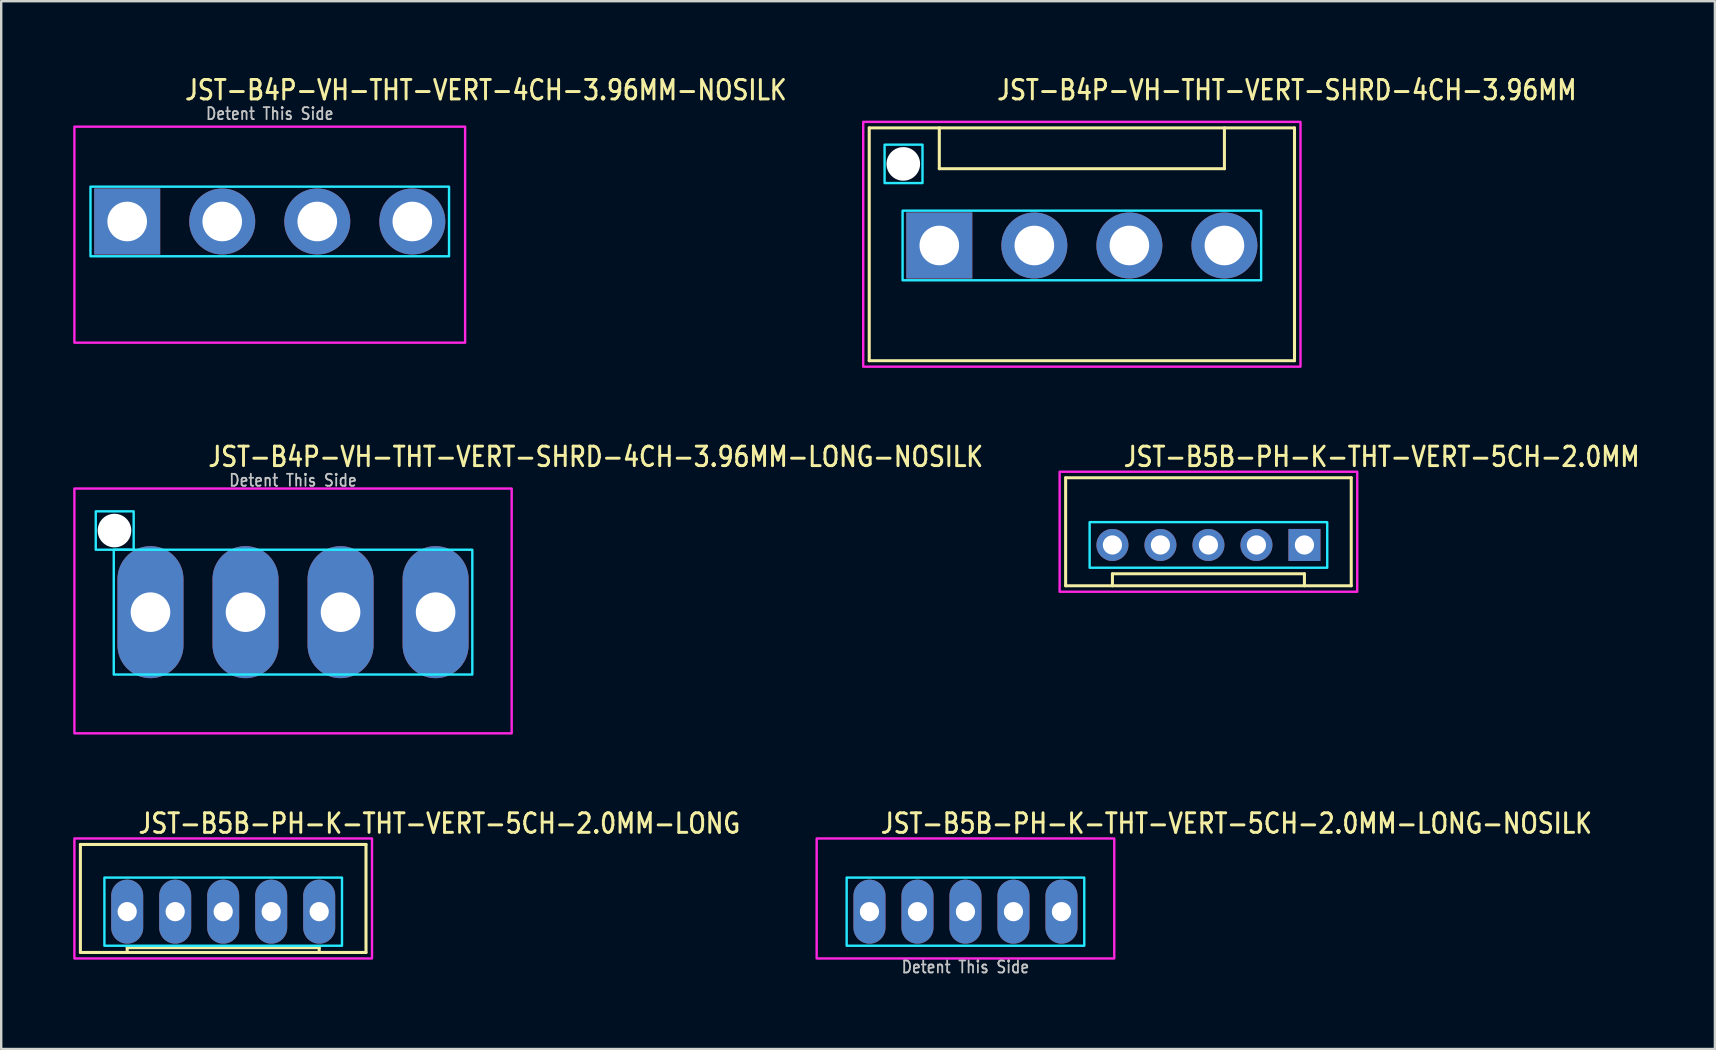
<source format=kicad_pcb>
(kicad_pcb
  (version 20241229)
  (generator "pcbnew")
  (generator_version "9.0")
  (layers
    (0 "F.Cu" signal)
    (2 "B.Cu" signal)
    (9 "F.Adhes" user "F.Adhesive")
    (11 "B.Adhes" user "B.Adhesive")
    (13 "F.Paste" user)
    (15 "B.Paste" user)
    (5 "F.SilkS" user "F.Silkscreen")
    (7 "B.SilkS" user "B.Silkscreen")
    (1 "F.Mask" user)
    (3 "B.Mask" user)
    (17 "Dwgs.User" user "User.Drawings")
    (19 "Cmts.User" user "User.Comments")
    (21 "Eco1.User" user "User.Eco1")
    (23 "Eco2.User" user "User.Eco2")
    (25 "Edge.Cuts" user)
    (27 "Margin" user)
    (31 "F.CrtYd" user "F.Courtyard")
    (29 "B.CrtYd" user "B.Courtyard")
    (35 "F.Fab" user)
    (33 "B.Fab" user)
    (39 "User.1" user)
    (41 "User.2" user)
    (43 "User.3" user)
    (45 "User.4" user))
  (footprint "JST-B4P-VH-THT-VERT-4CH-3.96MM-NOSILK"
    (layer "F.Cu")
    (at 8.19 6.179)
    (property "Reference" "JST-B4P-VH-THT-VERT-4CH-3.96MM-NOSILK" (at -3.6 -5 0) (unlocked yes) (layer "F.SilkS") (effects (font (size 0.813 0.695) (thickness 0.122)) (justify left bottom)))
    (fp_poly (pts (xy -7.47 -1.45) (xy -7.47 1.45) (xy 7.47 1.45) (xy 7.47 -1.45)) (stroke (width 0.1) (type solid)) (fill no) (layer "B.CrtYd"))
    (fp_poly (pts (xy -8.14 -3.95) (xy -8.14 5.05) (xy 8.14 5.05) (xy 8.14 -3.95)) (stroke (width 0.1) (type solid)) (fill no) (layer "F.CrtYd"))
    (fp_text user "Detent This Side" (at 0 -4.2 0) (unlocked yes) (layer "Dwgs.User") (effects (font (size 0.5 0.427) (thickness 0.075)) (justify bottom)))
    (pad "1" thru_hole rect (at -5.94 0) (size 2.75 2.75) (drill 1.65) (layers "*.Cu" "*.Mask"))
    (pad "2" thru_hole oval (at -1.98 0) (size 2.75 2.75) (drill 1.65) (layers "*.Cu" "*.Mask"))
    (pad "3" thru_hole oval (at 1.98 0) (size 2.75 2.75) (drill 1.65) (layers "*.Cu" "*.Mask"))
    (pad "4" thru_hole oval (at 5.94 0) (size 2.75 2.75) (drill 1.65) (layers "*.Cu" "*.Mask")))
  (footprint "JST-B5B-PH-K-THT-VERT-5CH-2.0MM"
    (layer "F.Cu")
    (at 47.302 19.657)
    (property "Reference" "JST-B5B-PH-K-THT-VERT-5CH-2.0MM" (at -3.6 -3.2 0) (unlocked yes) (layer "F.SilkS") (effects (font (size 0.813 0.695) (thickness 0.122)) (justify left bottom)))
    (fp_line (start -5.95 -2.8) (end -5.95 1.7) (stroke (width 0.127) (type solid)) (layer "F.SilkS"))
    (fp_line (start -5.95 -2.8) (end 5.95 -2.8) (stroke (width 0.127) (type solid)) (layer "F.SilkS"))
    (fp_line (start -5.95 1.7) (end 5.95 1.7) (stroke (width 0.127) (type solid)) (layer "F.SilkS"))
    (fp_line (start -4 1.7) (end -4 1.2) (stroke (width 0.127) (type solid)) (layer "F.SilkS"))
    (fp_line (start 4 1.2) (end -4 1.2) (stroke (width 0.127) (type solid)) (layer "F.SilkS"))
    (fp_line (start 4 1.7) (end 4 1.2) (stroke (width 0.127) (type solid)) (layer "F.SilkS"))
    (fp_line (start 5.95 1.7) (end 5.95 -2.8) (stroke (width 0.127) (type solid)) (layer "F.SilkS"))
    (fp_poly (pts (xy -4.95 -0.95) (xy -4.95 0.95) (xy 4.95 0.95) (xy 4.95 -0.95)) (stroke (width 0.1) (type solid)) (fill no) (layer "B.CrtYd"))
    (fp_poly (pts (xy -6.2 1.95) (xy -6.2 -3.05) (xy 6.2 -3.05) (xy 6.2 1.95)) (stroke (width 0.1) (type solid)) (fill no) (layer "F.CrtYd"))
    (pad "1" thru_hole rect (at 4 0) (size 1.333 1.333) (drill 0.8) (layers "*.Cu" "*.Mask"))
    (pad "2" thru_hole oval (at 2 0) (size 1.333 1.333) (drill 0.8) (layers "*.Cu" "*.Mask"))
    (pad "3" thru_hole oval (at 0 0) (size 1.333 1.333) (drill 0.8) (layers "*.Cu" "*.Mask"))
    (pad "4" thru_hole oval (at -2 0) (size 1.333 1.333) (drill 0.8) (layers "*.Cu" "*.Mask"))
    (pad "5" thru_hole oval (at -4 0) (size 1.333 1.333) (drill 0.8) (layers "*.Cu" "*.Mask")))
  (footprint "JST-B5B-PH-K-THT-VERT-5CH-2.0MM-LONG"
    (layer "F.Cu")
    (at 6.25 34.936)
    (property "Reference" "JST-B5B-PH-K-THT-VERT-5CH-2.0MM-LONG" (at -3.6 -3.2 0) (unlocked yes) (layer "F.SilkS") (effects (font (size 0.813 0.695) (thickness 0.122)) (justify left bottom)))
    (fp_line (start -5.95 -2.8) (end -5.95 1.7) (stroke (width 0.127) (type solid)) (layer "F.SilkS"))
    (fp_line (start -5.95 -2.8) (end 5.95 -2.8) (stroke (width 0.127) (type solid)) (layer "F.SilkS"))
    (fp_line (start -5.95 1.7) (end 5.95 1.7) (stroke (width 0.127) (type solid)) (layer "F.SilkS"))
    (fp_line (start -4 1.7) (end -4 1.5) (stroke (width 0.127) (type solid)) (layer "F.SilkS"))
    (fp_line (start 4 1.5) (end -4 1.5) (stroke (width 0.127) (type solid)) (layer "F.SilkS"))
    (fp_line (start 4 1.7) (end 4 1.5) (stroke (width 0.127) (type solid)) (layer "F.SilkS"))
    (fp_line (start 5.95 1.7) (end 5.95 -2.8) (stroke (width 0.127) (type solid)) (layer "F.SilkS"))
    (fp_poly (pts (xy -4.95 -1.42) (xy -4.95 1.42) (xy 4.95 1.42) (xy 4.95 -1.42)) (stroke (width 0.1) (type solid)) (fill no) (layer "B.CrtYd"))
    (fp_poly (pts (xy -6.2 1.95) (xy -6.2 -3.05) (xy 6.2 -3.05) (xy 6.2 1.95)) (stroke (width 0.1) (type solid)) (fill no) (layer "F.CrtYd"))
    (pad "1" thru_hole oval (at 4 0 90) (size 2.667 1.333) (drill 0.8) (layers "*.Cu" "*.Mask"))
    (pad "2" thru_hole oval (at 2 0 90) (size 2.667 1.333) (drill 0.8) (layers "*.Cu" "*.Mask"))
    (pad "3" thru_hole oval (at 0 0 90) (size 2.667 1.333) (drill 0.8) (layers "*.Cu" "*.Mask"))
    (pad "4" thru_hole oval (at -2 0 90) (size 2.667 1.333) (drill 0.8) (layers "*.Cu" "*.Mask"))
    (pad "5" thru_hole oval (at -4 0 90) (size 2.667 1.333) (drill 0.8) (layers "*.Cu" "*.Mask")))
  (footprint "JST-B4P-VH-THT-VERT-SHRD-4CH-3.96MM-LONG-NOSILK"
    (layer "F.Cu")
    (at 9.16 22.457)
    (property "Reference" "JST-B4P-VH-THT-VERT-SHRD-4CH-3.96MM-LONG-NOSILK" (at -3.6 -6 0) (unlocked yes) (layer "F.SilkS") (effects (font (size 0.813 0.695) (thickness 0.122)) (justify left bottom)))
    (fp_poly (pts (xy -7.47 -2.6) (xy -7.47 2.6) (xy 7.47 2.6) (xy 7.47 -2.6)) (stroke (width 0.1) (type solid)) (fill no) (layer "B.CrtYd"))
    (fp_poly (pts (xy -6.64 -4.2) (xy -6.64 -2.6) (xy -8.22 -2.6) (xy -8.22 -4.2)) (stroke (width 0.1) (type solid)) (fill no) (layer "B.CrtYd"))
    (fp_poly (pts (xy -9.11 -5.15) (xy -9.11 5.05) (xy 9.11 5.05) (xy 9.11 -5.15)) (stroke (width 0.1) (type solid)) (fill no) (layer "F.CrtYd"))
    (fp_text user "Detent This Side" (at 0 -5.2 0) (unlocked yes) (layer "Dwgs.User") (effects (font (size 0.5 0.427) (thickness 0.075)) (justify bottom)))
    (pad "" np_thru_hole circle (at -7.44 -3.4) (size 1.4 1.4) (drill 1.4) (layers "*.Cu" "*.Mask"))
    (pad "1" thru_hole oval (at -5.94 0 90) (size 5.5 2.75) (drill 1.65) (layers "*.Cu" "*.Mask"))
    (pad "2" thru_hole oval (at -1.98 0 90) (size 5.5 2.75) (drill 1.65) (layers "*.Cu" "*.Mask"))
    (pad "3" thru_hole oval (at 1.98 0 90) (size 5.5 2.75) (drill 1.65) (layers "*.Cu" "*.Mask"))
    (pad "4" thru_hole oval (at 5.94 0 90) (size 5.5 2.75) (drill 1.65) (layers "*.Cu" "*.Mask")))
  (footprint "JST-B5B-PH-K-THT-VERT-5CH-2.0MM-LONG-NOSILK"
    (layer "F.Cu")
    (at 37.178 34.936)
    (property "Reference" "JST-B5B-PH-K-THT-VERT-5CH-2.0MM-LONG-NOSILK" (at -3.6 -3.2 0) (unlocked yes) (layer "F.SilkS") (effects (font (size 0.813 0.695) (thickness 0.122)) (justify left bottom)))
    (fp_poly (pts (xy -4.95 -1.42) (xy -4.95 1.42) (xy 4.95 1.42) (xy 4.95 -1.42)) (stroke (width 0.1) (type solid)) (fill no) (layer "B.CrtYd"))
    (fp_poly (pts (xy -6.2 1.95) (xy -6.2 -3.05) (xy 6.2 -3.05) (xy 6.2 1.95)) (stroke (width 0.1) (type solid)) (fill no) (layer "F.CrtYd"))
    (fp_text user "Detent This Side" (at 0 2.6 0) (unlocked yes) (layer "Dwgs.User") (effects (font (size 0.5 0.427) (thickness 0.075)) (justify bottom)))
    (pad "1" thru_hole oval (at 4 0 90) (size 2.667 1.333) (drill 0.8) (layers "*.Cu" "*.Mask"))
    (pad "2" thru_hole oval (at 2 0 90) (size 2.667 1.333) (drill 0.8) (layers "*.Cu" "*.Mask"))
    (pad "3" thru_hole oval (at 0 0 90) (size 2.667 1.333) (drill 0.8) (layers "*.Cu" "*.Mask"))
    (pad "4" thru_hole oval (at -2 0 90) (size 2.667 1.333) (drill 0.8) (layers "*.Cu" "*.Mask"))
    (pad "5" thru_hole oval (at -4 0 90) (size 2.667 1.333) (drill 0.8) (layers "*.Cu" "*.Mask")))
  (footprint "JST-B4P-VH-THT-VERT-SHRD-4CH-3.96MM"
    (layer "F.Cu")
    (at 42.028 7.179)
    (property "Reference" "JST-B4P-VH-THT-VERT-SHRD-4CH-3.96MM" (at -3.6 -6 0) (unlocked yes) (layer "F.SilkS") (effects (font (size 0.813 0.695) (thickness 0.122)) (justify left bottom)))
    (fp_line (start -8.86 -4.9) (end 8.86 -4.9) (stroke (width 0.127) (type solid)) (layer "F.SilkS"))
    (fp_line (start -8.86 4.8) (end -8.86 -4.9) (stroke (width 0.127) (type solid)) (layer "F.SilkS"))
    (fp_line (start -8.86 4.8) (end 8.86 4.8) (stroke (width 0.127) (type solid)) (layer "F.SilkS"))
    (fp_line (start -5.94 -4.9) (end -5.94 -3.2) (stroke (width 0.127) (type solid)) (layer "F.SilkS"))
    (fp_line (start -5.94 -3.2) (end 5.94 -3.2) (stroke (width 0.127) (type solid)) (layer "F.SilkS"))
    (fp_line (start 5.94 -4.9) (end 5.94 -3.2) (stroke (width 0.127) (type solid)) (layer "F.SilkS"))
    (fp_line (start 8.86 -4.9) (end 8.86 4.8) (stroke (width 0.127) (type solid)) (layer "F.SilkS"))
    (fp_poly (pts (xy -7.47 -1.45) (xy -7.47 1.45) (xy 7.47 1.45) (xy 7.47 -1.45)) (stroke (width 0.1) (type solid)) (fill no) (layer "B.CrtYd"))
    (fp_poly (pts (xy -6.64 -4.2) (xy -6.64 -2.6) (xy -8.22 -2.6) (xy -8.22 -4.2)) (stroke (width 0.1) (type solid)) (fill no) (layer "B.CrtYd"))
    (fp_poly (pts (xy -9.11 -5.15) (xy -9.11 5.05) (xy 9.11 5.05) (xy 9.11 -5.15)) (stroke (width 0.1) (type solid)) (fill no) (layer "F.CrtYd"))
    (pad "" np_thru_hole circle (at -7.44 -3.4) (size 1.4 1.4) (drill 1.4) (layers "*.Cu" "*.Mask"))
    (pad "1" thru_hole rect (at -5.94 0) (size 2.75 2.75) (drill 1.65) (layers "*.Cu" "*.Mask"))
    (pad "2" thru_hole oval (at -1.98 0) (size 2.75 2.75) (drill 1.65) (layers "*.Cu" "*.Mask"))
    (pad "3" thru_hole oval (at 1.98 0) (size 2.75 2.75) (drill 1.65) (layers "*.Cu" "*.Mask"))
    (pad "4" thru_hole oval (at 5.94 0) (size 2.75 2.75) (drill 1.65) (layers "*.Cu" "*.Mask")))
  (gr_rect
    (start -3 -3)
    (end 68.406 40.659)
    (stroke (width 0.1) (type default))
    (fill no)
    (layer "Edge.Cuts")))
</source>
